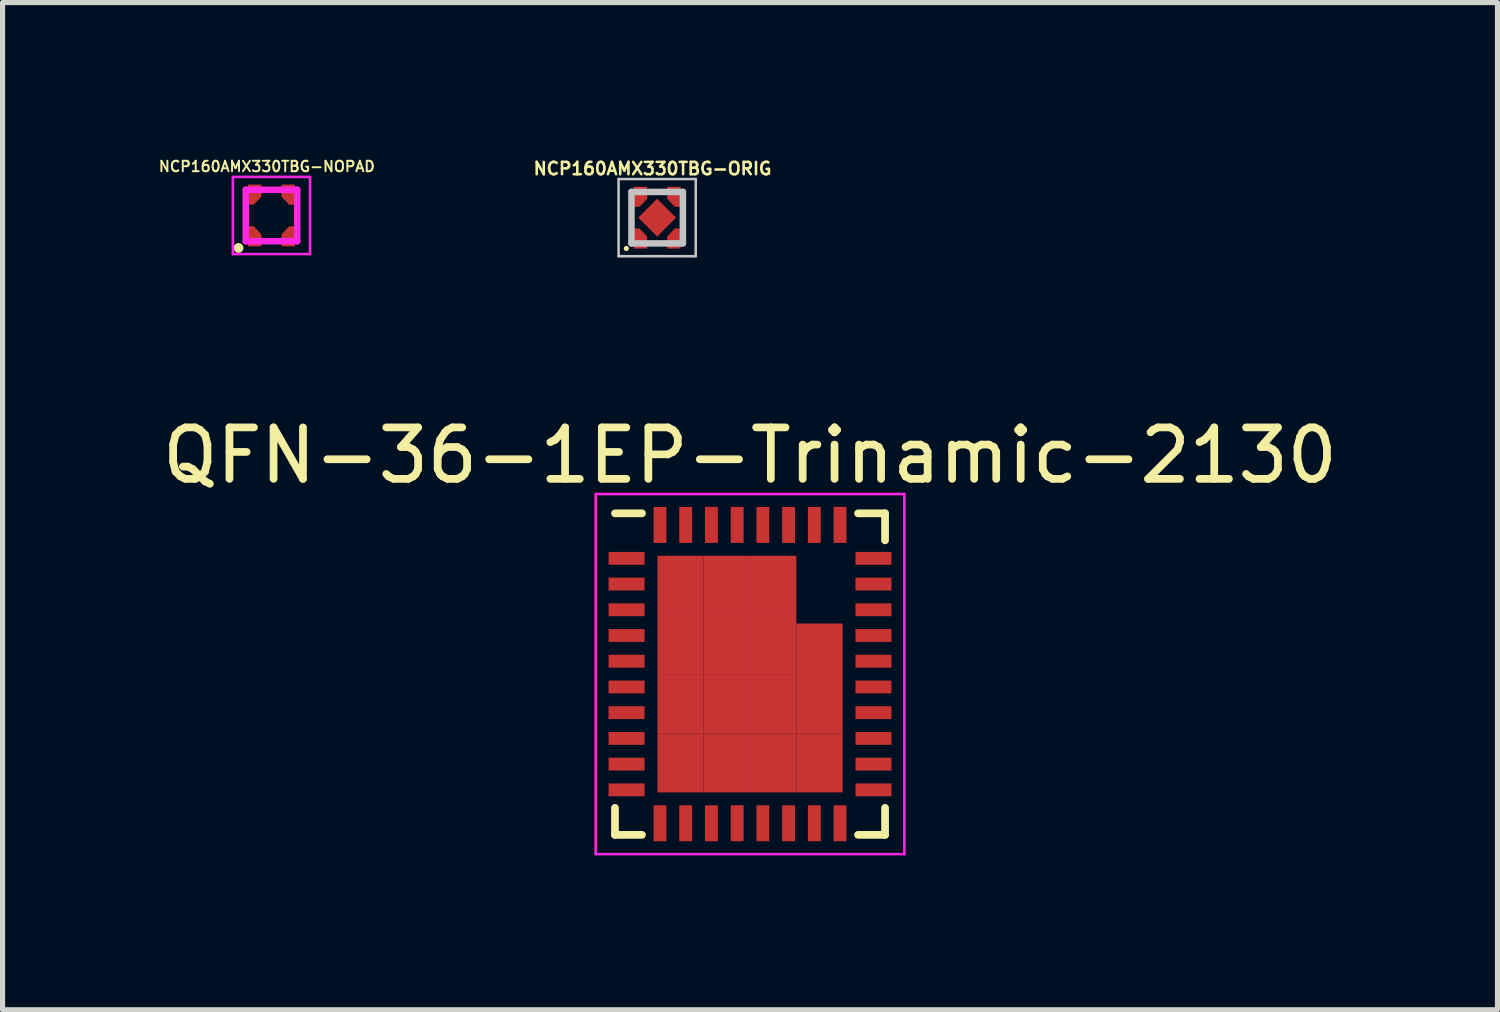
<source format=kicad_pcb>
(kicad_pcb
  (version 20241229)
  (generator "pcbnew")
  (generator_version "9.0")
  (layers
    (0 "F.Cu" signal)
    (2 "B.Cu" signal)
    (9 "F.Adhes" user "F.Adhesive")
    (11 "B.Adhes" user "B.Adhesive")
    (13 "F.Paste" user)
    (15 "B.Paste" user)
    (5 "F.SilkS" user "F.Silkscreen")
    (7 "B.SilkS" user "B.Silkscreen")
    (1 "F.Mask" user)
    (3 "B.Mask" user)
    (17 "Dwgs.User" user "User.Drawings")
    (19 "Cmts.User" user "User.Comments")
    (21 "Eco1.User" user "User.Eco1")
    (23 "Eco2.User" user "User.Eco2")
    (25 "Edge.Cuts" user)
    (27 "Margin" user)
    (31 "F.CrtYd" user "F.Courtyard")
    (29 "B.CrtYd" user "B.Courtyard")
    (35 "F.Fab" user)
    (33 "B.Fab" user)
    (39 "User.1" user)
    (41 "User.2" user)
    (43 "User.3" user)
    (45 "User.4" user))
  (footprint "QFN-36-1EP-Trinamic-2130"
    (layer "F.Cu")
    (at 11.53 10.054)
    (property "Reference" "QFN-36-1EP-Trinamic-2130" (at 0 -4.25 0) (layer "F.SilkS") (effects (font (size 1 1) (thickness 0.15))))
    (attr smd)
    (fp_line (start -2.625 -3.125) (end -2.1 -3.125) (stroke (width 0.15) (type solid)) (layer "F.SilkS"))
    (fp_line (start -2.625 3.125) (end -2.625 2.6) (stroke (width 0.15) (type solid)) (layer "F.SilkS"))
    (fp_line (start -2.625 3.125) (end -2.1 3.125) (stroke (width 0.15) (type solid)) (layer "F.SilkS"))
    (fp_line (start 2.625 -3.125) (end 2.1 -3.125) (stroke (width 0.15) (type solid)) (layer "F.SilkS"))
    (fp_line (start 2.625 -3.125) (end 2.625 -2.6) (stroke (width 0.15) (type solid)) (layer "F.SilkS"))
    (fp_line (start 2.625 3.125) (end 2.1 3.125) (stroke (width 0.15) (type solid)) (layer "F.SilkS"))
    (fp_line (start 2.625 3.125) (end 2.625 2.6) (stroke (width 0.15) (type solid)) (layer "F.SilkS"))
    (fp_line (start -3 -3.5) (end -3 3.5) (stroke (width 0.05) (type solid)) (layer "F.CrtYd"))
    (fp_line (start -3 -3.5) (end 3 -3.5) (stroke (width 0.05) (type solid)) (layer "F.CrtYd"))
    (fp_line (start -3 3.5) (end 3 3.5) (stroke (width 0.05) (type solid)) (layer "F.CrtYd"))
    (fp_line (start 3 -3.5) (end 3 3.5) (stroke (width 0.05) (type solid)) (layer "F.CrtYd"))
    (pad "1" smd rect (at -2.4 -2.25) (size 0.7 0.25) (layers "F.Cu" "F.Mask" "F.Paste"))
    (pad "2" smd rect (at -2.4 -1.75) (size 0.7 0.25) (layers "F.Cu" "F.Mask" "F.Paste"))
    (pad "3" smd rect (at -2.4 -1.25) (size 0.7 0.25) (layers "F.Cu" "F.Mask" "F.Paste"))
    (pad "4" smd rect (at -2.4 -0.75) (size 0.7 0.25) (layers "F.Cu" "F.Mask" "F.Paste"))
    (pad "5" smd rect (at -2.4 -0.25) (size 0.7 0.25) (layers "F.Cu" "F.Mask" "F.Paste"))
    (pad "6" smd rect (at -2.4 0.25) (size 0.7 0.25) (layers "F.Cu" "F.Mask" "F.Paste"))
    (pad "7" smd rect (at -2.4 0.75) (size 0.7 0.25) (layers "F.Cu" "F.Mask" "F.Paste"))
    (pad "8" smd rect (at -2.4 1.25) (size 0.7 0.25) (layers "F.Cu" "F.Mask" "F.Paste"))
    (pad "9" smd rect (at -2.4 1.75) (size 0.7 0.25) (layers "F.Cu" "F.Mask" "F.Paste"))
    (pad "10" smd rect (at -2.4 2.25) (size 0.7 0.25) (layers "F.Cu" "F.Mask" "F.Paste"))
    (pad "11" smd rect (at -1.75 2.9 90) (size 0.7 0.25) (layers "F.Cu" "F.Mask" "F.Paste"))
    (pad "12" smd rect (at -1.25 2.9 90) (size 0.7 0.25) (layers "F.Cu" "F.Mask" "F.Paste"))
    (pad "13" smd rect (at -0.75 2.9 90) (size 0.7 0.25) (layers "F.Cu" "F.Mask" "F.Paste"))
    (pad "14" smd rect (at -0.25 2.9 90) (size 0.7 0.25) (layers "F.Cu" "F.Mask" "F.Paste"))
    (pad "15" smd rect (at 0.25 2.9 90) (size 0.7 0.25) (layers "F.Cu" "F.Mask" "F.Paste"))
    (pad "16" smd rect (at 0.75 2.9 90) (size 0.7 0.25) (layers "F.Cu" "F.Mask" "F.Paste"))
    (pad "17" smd rect (at 1.25 2.9 90) (size 0.7 0.25) (layers "F.Cu" "F.Mask" "F.Paste"))
    (pad "18" smd rect (at 1.75 2.9 90) (size 0.7 0.25) (layers "F.Cu" "F.Mask" "F.Paste"))
    (pad "19" smd rect (at 2.4 2.25) (size 0.7 0.25) (layers "F.Cu" "F.Mask" "F.Paste"))
    (pad "20" smd rect (at 2.4 1.75) (size 0.7 0.25) (layers "F.Cu" "F.Mask" "F.Paste"))
    (pad "21" smd rect (at 2.4 1.25) (size 0.7 0.25) (layers "F.Cu" "F.Mask" "F.Paste"))
    (pad "22" smd rect (at 2.4 0.75) (size 0.7 0.25) (layers "F.Cu" "F.Mask" "F.Paste"))
    (pad "23" smd rect (at 2.4 0.25) (size 0.7 0.25) (layers "F.Cu" "F.Mask" "F.Paste"))
    (pad "24" smd rect (at 2.4 -0.25) (size 0.7 0.25) (layers "F.Cu" "F.Mask" "F.Paste"))
    (pad "25" smd rect (at 2.4 -0.75) (size 0.7 0.25) (layers "F.Cu" "F.Mask" "F.Paste"))
    (pad "26" smd rect (at 2.4 -1.25) (size 0.7 0.25) (layers "F.Cu" "F.Mask" "F.Paste"))
    (pad "27" smd rect (at 2.4 -1.75) (size 0.7 0.25) (layers "F.Cu" "F.Mask" "F.Paste"))
    (pad "28" smd rect (at 2.4 -2.25) (size 0.7 0.25) (layers "F.Cu" "F.Mask" "F.Paste"))
    (pad "29" smd rect (at 1.75 -2.9 90) (size 0.7 0.25) (layers "F.Cu" "F.Mask" "F.Paste"))
    (pad "30" smd rect (at 1.25 -2.9 90) (size 0.7 0.25) (layers "F.Cu" "F.Mask" "F.Paste"))
    (pad "31" smd rect (at 0.75 -2.9 90) (size 0.7 0.25) (layers "F.Cu" "F.Mask" "F.Paste"))
    (pad "32" smd rect (at 0.25 -2.9 90) (size 0.7 0.25) (layers "F.Cu" "F.Mask" "F.Paste"))
    (pad "33" smd rect (at -0.25 -2.9 90) (size 0.7 0.25) (layers "F.Cu" "F.Mask" "F.Paste"))
    (pad "34" smd rect (at -0.75 -2.9 90) (size 0.7 0.25) (layers "F.Cu" "F.Mask" "F.Paste"))
    (pad "35" smd rect (at -1.25 -2.9 90) (size 0.7 0.25) (layers "F.Cu" "F.Mask" "F.Paste"))
    (pad "36" smd rect (at -1.75 -2.9 90) (size 0.7 0.25) (layers "F.Cu" "F.Mask" "F.Paste"))
    (pad "37" smd rect (at -1.35 -1.725) (size 0.9 1.15) (layers "F.Cu" "F.Mask" "F.Paste"))
    (pad "37" smd rect (at -1.35 -0.575) (size 0.9 1.15) (layers "F.Cu" "F.Mask" "F.Paste"))
    (pad "37" smd rect (at -1.35 0.575) (size 0.9 1.15) (layers "F.Cu" "F.Mask" "F.Paste"))
    (pad "37" smd rect (at -1.35 1.725) (size 0.9 1.15) (layers "F.Cu" "F.Mask" "F.Paste"))
    (pad "37" smd rect (at -0.45 -1.725) (size 0.9 1.15) (layers "F.Cu" "F.Mask" "F.Paste"))
    (pad "37" smd rect (at -0.45 -0.575) (size 0.9 1.15) (layers "F.Cu" "F.Mask" "F.Paste"))
    (pad "37" smd rect (at -0.45 0.575) (size 0.9 1.15) (layers "F.Cu" "F.Mask" "F.Paste"))
    (pad "37" smd rect (at -0.45 1.725) (size 0.9 1.15) (layers "F.Cu" "F.Mask" "F.Paste"))
    (pad "37" smd rect (at 0.45 -1.725) (size 0.9 1.15) (layers "F.Cu" "F.Mask" "F.Paste"))
    (pad "37" smd rect (at 0.45 -0.575) (size 0.9 1.15) (layers "F.Cu" "F.Mask" "F.Paste"))
    (pad "37" smd rect (at 0.45 0.575) (size 0.9 1.15) (layers "F.Cu" "F.Mask" "F.Paste"))
    (pad "37" smd rect (at 0.45 1.725) (size 0.9 1.15) (layers "F.Cu" "F.Mask" "F.Paste"))
    (pad "37" smd rect (at 1.35 -0.483) (size 0.9 1) (layers "F.Cu" "F.Mask" "F.Paste"))
    (pad "37" smd rect (at 1.35 0.575) (size 0.9 1.15) (layers "F.Cu" "F.Mask" "F.Paste"))
    (pad "37" smd rect (at 1.35 1.725) (size 0.9 1.15) (layers "F.Cu" "F.Mask" "F.Paste")))
  (footprint "NCP160AMX330TBG-NOPAD"
    (layer "F.Cu")
    (at 2.227 1.139)
    (property "Reference" "NCP160AMX330TBG-NOPAD" (at -0.09 -0.953 0) (layer "F.SilkS") (effects (font (size 0.203 0.203) (thickness 0.038))))
    (attr smd)
    (fp_poly (pts (xy -0.195 -0.6) (xy -0.455 -0.6) (xy -0.455 -0.21) (xy -0.345 -0.21) (xy -0.195 -0.365)) (stroke (width 0.001) (type solid)) (fill yes) (layer "F.Cu"))
    (fp_poly (pts (xy -0.195 0.6) (xy -0.455 0.6) (xy -0.455 0.21) (xy -0.345 0.21) (xy -0.195 0.365)) (stroke (width 0.001) (type solid)) (fill yes) (layer "F.Cu"))
    (fp_poly (pts (xy 0.195 -0.6) (xy 0.455 -0.6) (xy 0.455 -0.21) (xy 0.345 -0.21) (xy 0.195 -0.365)) (stroke (width 0.001) (type solid)) (fill yes) (layer "F.Cu"))
    (fp_poly (pts (xy 0.195 0.6) (xy 0.455 0.6) (xy 0.455 0.21) (xy 0.345 0.21) (xy 0.195 0.365)) (stroke (width 0.001) (type solid)) (fill yes) (layer "F.Cu"))
    (fp_poly (pts (xy -0.525 -0.15) (xy -0.525 -0.65) (xy -0.125 -0.65) (xy -0.125 -0.388) (xy -0.35 -0.15)) (stroke (width 0.001) (type solid)) (fill yes) (layer "F.Mask"))
    (fp_poly (pts (xy -0.525 0.15) (xy -0.525 0.65) (xy -0.125 0.65) (xy -0.125 0.388) (xy -0.35 0.15)) (stroke (width 0.001) (type solid)) (fill yes) (layer "F.Mask"))
    (fp_poly (pts (xy 0.525 -0.15) (xy 0.525 -0.65) (xy 0.125 -0.65) (xy 0.125 -0.388) (xy 0.35 -0.15)) (stroke (width 0.001) (type solid)) (fill yes) (layer "F.Mask"))
    (fp_poly (pts (xy 0.525 0.15) (xy 0.525 0.65) (xy 0.125 0.65) (xy 0.125 0.388) (xy 0.35 0.15)) (stroke (width 0.001) (type solid)) (fill yes) (layer "F.Mask"))
    (fp_circle (center -0.64 0.63) (end -0.615 0.63) (stroke (width 0.05) (type solid)) (fill no) (layer "F.SilkS"))
    (fp_circle (center -0.64 0.631) (end -0.57 0.641) (stroke (width 0.05) (type solid)) (fill no) (layer "F.SilkS"))
    (fp_poly (pts (xy -0.195 -0.6) (xy -0.455 -0.6) (xy -0.455 -0.21) (xy -0.345 -0.21) (xy -0.195 -0.365)) (stroke (width 0.001) (type solid)) (fill yes) (layer "F.Paste"))
    (fp_poly (pts (xy -0.195 0.6) (xy -0.455 0.6) (xy -0.455 0.21) (xy -0.345 0.21) (xy -0.195 0.365)) (stroke (width 0.001) (type solid)) (fill yes) (layer "F.Paste"))
    (fp_poly (pts (xy 0.195 -0.6) (xy 0.455 -0.6) (xy 0.455 -0.21) (xy 0.345 -0.21) (xy 0.195 -0.365)) (stroke (width 0.001) (type solid)) (fill yes) (layer "F.Paste"))
    (fp_poly (pts (xy 0.195 0.6) (xy 0.455 0.6) (xy 0.455 0.21) (xy 0.345 0.21) (xy 0.195 0.365)) (stroke (width 0.001) (type solid)) (fill yes) (layer "F.Paste"))
    (fp_line (start -0.75 -0.75) (end 0.75 -0.75) (stroke (width 0.05) (type solid)) (layer "F.CrtYd"))
    (fp_line (start -0.75 0.75) (end -0.75 -0.75) (stroke (width 0.05) (type solid)) (layer "F.CrtYd"))
    (fp_line (start -0.5 -0.5) (end 0.5 -0.5) (stroke (width 0.127) (type solid)) (layer "F.CrtYd"))
    (fp_line (start -0.5 0.5) (end -0.5 -0.5) (stroke (width 0.127) (type solid)) (layer "F.CrtYd"))
    (fp_line (start 0.5 -0.5) (end 0.5 0.5) (stroke (width 0.127) (type solid)) (layer "F.CrtYd"))
    (fp_line (start 0.5 0.5) (end -0.5 0.5) (stroke (width 0.127) (type solid)) (layer "F.CrtYd"))
    (fp_line (start 0.75 -0.75) (end 0.75 0.75) (stroke (width 0.05) (type solid)) (layer "F.CrtYd"))
    (fp_line (start 0.75 0.75) (end -0.75 0.75) (stroke (width 0.05) (type solid)) (layer "F.CrtYd"))
    (pad "1" smd rect (at -0.325 0.4) (size 0.1 0.1) (layers "F.Cu" "F.Mask" "F.Paste"))
    (pad "2" smd rect (at 0.325 0.4) (size 0.1 0.1) (layers "F.Cu" "F.Mask" "F.Paste"))
    (pad "3" smd rect (at 0.325 -0.4) (size 0.1 0.1) (layers "F.Cu" "F.Mask" "F.Paste"))
    (pad "4" smd rect (at -0.325 -0.4) (size 0.1 0.1) (layers "F.Cu" "F.Mask" "F.Paste")))
  (footprint "NCP160AMX330TBG-ORIG"
    (layer "F.Cu")
    (at 9.725 1.181)
    (property "Reference" "NCP160AMX330TBG-ORIG" (at -0.09 -0.953 0) (layer "F.SilkS") (effects (font (size 0.24 0.24) (thickness 0.05))))
    (attr smd)
    (fp_poly (pts (xy -0.195 -0.6) (xy -0.455 -0.6) (xy -0.455 -0.21) (xy -0.345 -0.21) (xy -0.195 -0.365)) (stroke (width 0.001) (type solid)) (fill yes) (layer "F.Cu"))
    (fp_poly (pts (xy -0.195 0.6) (xy -0.455 0.6) (xy -0.455 0.21) (xy -0.345 0.21) (xy -0.195 0.365)) (stroke (width 0.001) (type solid)) (fill yes) (layer "F.Cu"))
    (fp_poly (pts (xy 0.195 -0.6) (xy 0.455 -0.6) (xy 0.455 -0.21) (xy 0.345 -0.21) (xy 0.195 -0.365)) (stroke (width 0.001) (type solid)) (fill yes) (layer "F.Cu"))
    (fp_poly (pts (xy 0.195 0.6) (xy 0.455 0.6) (xy 0.455 0.21) (xy 0.345 0.21) (xy 0.195 0.365)) (stroke (width 0.001) (type solid)) (fill yes) (layer "F.Cu"))
    (fp_poly (pts (xy -0.425 0.00037) (xy -0.00037 -0.424) (xy 0.424 0.00037) (xy -0.00037 0.425)) (stroke (width 0.381) (type solid)) (fill yes) (layer "F.Mask"))
    (fp_poly (pts (xy -0.525 -0.15) (xy -0.525 -0.65) (xy -0.125 -0.65) (xy -0.125 -0.388) (xy -0.35 -0.15)) (stroke (width 0.001) (type solid)) (fill yes) (layer "F.Mask"))
    (fp_poly (pts (xy -0.525 0.15) (xy -0.525 0.65) (xy -0.125 0.65) (xy -0.125 0.388) (xy -0.35 0.15)) (stroke (width 0.001) (type solid)) (fill yes) (layer "F.Mask"))
    (fp_poly (pts (xy 0.525 -0.15) (xy 0.525 -0.65) (xy 0.125 -0.65) (xy 0.125 -0.388) (xy 0.35 -0.15)) (stroke (width 0.001) (type solid)) (fill yes) (layer "F.Mask"))
    (fp_poly (pts (xy 0.525 0.15) (xy 0.525 0.65) (xy 0.125 0.65) (xy 0.125 0.388) (xy 0.35 0.15)) (stroke (width 0.001) (type solid)) (fill yes) (layer "F.Mask"))
    (fp_circle (center -0.6 0.6) (end -0.575 0.6) (stroke (width 0.05) (type solid)) (fill no) (layer "F.SilkS"))
    (fp_poly (pts (xy -0.195 -0.6) (xy -0.455 -0.6) (xy -0.455 -0.21) (xy -0.345 -0.21) (xy -0.195 -0.365)) (stroke (width 0.001) (type solid)) (fill yes) (layer "F.Paste"))
    (fp_poly (pts (xy -0.195 0.6) (xy -0.455 0.6) (xy -0.455 0.21) (xy -0.345 0.21) (xy -0.195 0.365)) (stroke (width 0.001) (type solid)) (fill yes) (layer "F.Paste"))
    (fp_poly (pts (xy 0.195 -0.6) (xy 0.455 -0.6) (xy 0.455 -0.21) (xy 0.345 -0.21) (xy 0.195 -0.365)) (stroke (width 0.001) (type solid)) (fill yes) (layer "F.Paste"))
    (fp_poly (pts (xy 0.195 0.6) (xy 0.455 0.6) (xy 0.455 0.21) (xy 0.345 0.21) (xy 0.195 0.365)) (stroke (width 0.001) (type solid)) (fill yes) (layer "F.Paste"))
    (fp_line (start -0.75 -0.75) (end 0.75 -0.75) (stroke (width 0.05) (type solid)) (layer "Dwgs.User"))
    (fp_line (start -0.75 0.75) (end -0.75 -0.75) (stroke (width 0.05) (type solid)) (layer "Dwgs.User"))
    (fp_line (start -0.5 -0.5) (end 0.5 -0.5) (stroke (width 0.127) (type solid)) (layer "Dwgs.User"))
    (fp_line (start -0.5 0.5) (end -0.5 -0.5) (stroke (width 0.127) (type solid)) (layer "Dwgs.User"))
    (fp_line (start 0.5 -0.5) (end 0.5 0.5) (stroke (width 0.127) (type solid)) (layer "Dwgs.User"))
    (fp_line (start 0.5 0.5) (end -0.5 0.5) (stroke (width 0.127) (type solid)) (layer "Dwgs.User"))
    (fp_line (start 0.75 -0.75) (end 0.75 0.75) (stroke (width 0.05) (type solid)) (layer "Dwgs.User"))
    (fp_line (start 0.75 0.75) (end -0.75 0.75) (stroke (width 0.05) (type solid)) (layer "Dwgs.User"))
    (pad "1" smd rect (at -0.325 0.4) (size 0.1 0.1) (layers "F.Cu" "F.Mask" "F.Paste"))
    (pad "2" smd rect (at 0.325 0.4) (size 0.1 0.1) (layers "F.Cu" "F.Mask" "F.Paste"))
    (pad "3" smd rect (at 0.325 -0.4) (size 0.1 0.1) (layers "F.Cu" "F.Mask" "F.Paste"))
    (pad "4" smd rect (at -0.325 -0.4) (size 0.1 0.1) (layers "F.Cu" "F.Mask" "F.Paste"))
    (pad "5" smd rect (at 0 0 45) (size 0.52 0.52) (layers "F.Cu" "F.Mask" "F.Paste")))
  (gr_rect
    (start -3 -3)
    (end 26.06 16.579)
    (stroke (width 0.1) (type default))
    (fill no)
    (layer "Edge.Cuts")))
</source>
